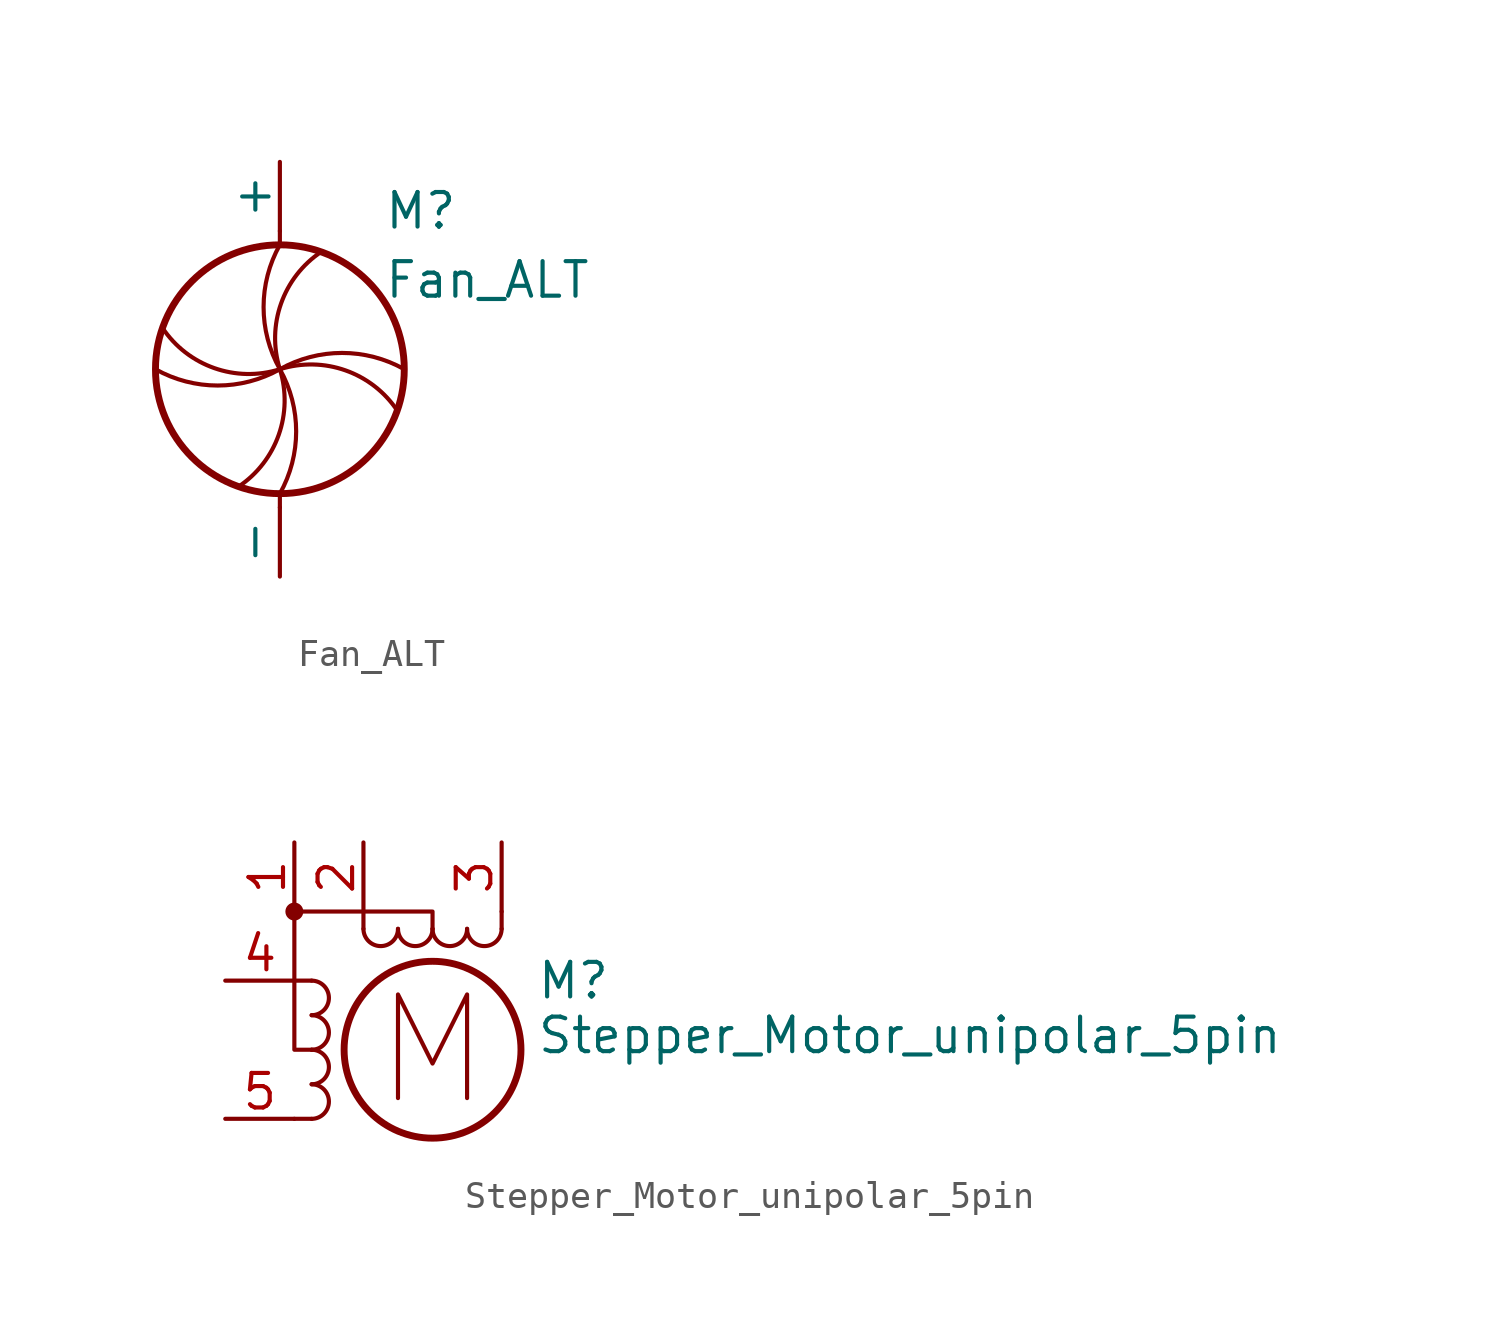
<source format=kicad_sym>
(kicad_symbol_lib
  (version 20201005)
  (generator kicad_symbol_editor)
  (symbol "Fan_ALT"
    (pin_numbers hide)
    (pin_names
      (offset 0))
    (property "Reference" "M"
      (at 3.81 5.08 0)
      (effects (font (size 1.27 1.27)) (justify left bottom)))
    (property "Value" "Fan_ALT"
      (at 3.81 2.54 0)
      (effects (font (size 1.27 1.27)) (justify left bottom)))
    (symbol "Fan_ALT_0_1"
      (arc (start 0 0) (end 0 -4.572) (radius (at -4.064 -2.286) (length 4.6736) (angles 29.4 -29.4)) (stroke (width 0)) (fill (type none)))
      (arc (start 0 0) (end -1.524 -4.318) (radius (at -3.6068 -1.143) (length 3.7846) (angles 17.6 -56.8)) (stroke (width 0)) (fill (type none)))
      (arc (start 0 0) (end -4.572 0) (radius (at -2.286 4.064) (length 4.6736) (angles -60.6 -119.4)) (stroke (width 0)) (fill (type none)))
      (arc (start 0 0) (end -4.318 1.524) (radius (at -1.143 3.6068) (length 3.7846) (angles -72.4 -146.8)) (stroke (width 0)) (fill (type none)))
      (arc (start 0 0) (end 4.318 -1.524) (radius (at 1.143 -3.6068) (length 3.7846) (angles 107.6 33.2)) (stroke (width 0)) (fill (type none)))
      (arc (start 0 0) (end 4.572 0) (radius (at 2.286 -4.064) (length 4.6736) (angles 119.4 60.6)) (stroke (width 0)) (fill (type none)))
      (arc (start 0 0) (end 1.524 4.318) (radius (at 3.6068 1.143) (length 3.7846) (angles -162.4 123.2)) (stroke (width 0)) (fill (type none)))
      (arc (start 0 0) (end 0 4.572) (radius (at 4.064 2.286) (length 4.6736) (angles -150.6 150.6)) (stroke (width 0)) (fill (type none)))
      (circle (center 0 0) (radius 4.572) (stroke (width 0.254)) (fill (type none)))
      (polyline (pts (xy 0 -5.08) (xy 0 -4.572)) (stroke (width 0)) (fill (type none)))
      (polyline (pts (xy 0 4.572) (xy 0 5.08)) (stroke (width 0)) (fill (type none))))
    (symbol "Fan_ALT_1_1"
      (pin passive line (at 0 7.62 270) (length 2.54) (name "+" (effects (font (size 1.27 1.27)))) (number "1" (effects (font (size 1.27 1.27)))))
      (pin passive line (at 0 -7.62 90) (length 2.54) (name "-" (effects (font (size 1.27 1.27)))) (number "2" (effects (font (size 1.27 1.27)))))))
  (symbol "Stepper_Motor_unipolar_5pin"
    (pin_names
      (offset 0) hide)
    (property "Reference" "M"
      (at 3.81 2.54 0)
      (effects (font (size 1.27 1.27)) (justify left)))
    (property "Value" "Stepper_Motor_unipolar_5pin"
      (at 3.81 1.27 0)
      (effects (font (size 1.27 1.27)) (justify left top)))
    (symbol "Stepper_Motor_unipolar_5pin_0_0"
      (polyline (pts (xy -1.27 -1.778) (xy -1.27 2.032) (xy 0 -0.508) (xy 1.27 2.032) (xy 1.27 -1.778)) (stroke (width 0)) (fill (type none))))
    (symbol "Stepper_Motor_unipolar_5pin_0_1"
      (arc (start -4.445 -2.54) (end -4.445 -1.27) (radius (at -4.445 -1.905) (length 0.635) (angles -89.9 89.9)) (stroke (width 0)) (fill (type none)))
      (arc (start -4.445 -1.27) (end -4.445 0) (radius (at -4.445 -0.635) (length 0.635) (angles -89.9 89.9)) (stroke (width 0)) (fill (type none)))
      (arc (start -4.445 0) (end -4.445 1.27) (radius (at -4.445 0.635) (length 0.635) (angles -89.9 89.9)) (stroke (width 0)) (fill (type none)))
      (arc (start -4.445 1.27) (end -4.445 2.54) (radius (at -4.445 1.905) (length 0.635) (angles -89.9 89.9)) (stroke (width 0)) (fill (type none)))
      (arc (start -2.54 4.445) (end -1.27 4.445) (radius (at -1.905 4.445) (length 0.635) (angles -179.9 -0.1)) (stroke (width 0)) (fill (type none)))
      (arc (start -1.27 4.445) (end 0 4.445) (radius (at -0.635 4.445) (length 0.635) (angles -179.9 -0.1)) (stroke (width 0)) (fill (type none)))
      (arc (start 0 4.445) (end 1.27 4.445) (radius (at 0.635 4.445) (length 0.635) (angles -179.9 -0.1)) (stroke (width 0)) (fill (type none)))
      (arc (start 1.27 4.445) (end 2.54 4.445) (radius (at 1.905 4.445) (length 0.635) (angles -179.9 -0.1)) (stroke (width 0)) (fill (type none)))
      (circle (center 0 0) (radius 3.251) (stroke (width 0.254)) (fill (type none)))
      (circle (center -5.08 5.08) (radius 0) (stroke (width 0)) (fill (type outline)))
      (circle (center -5.08 5.08) (radius 0.254) (stroke (width 0)) (fill (type outline)))
      (polyline (pts (xy -5.08 -2.54) (xy -4.445 -2.54)) (stroke (width 0)) (fill (type none)))
      (polyline (pts (xy -5.08 2.54) (xy -4.445 2.54)) (stroke (width 0)) (fill (type none)))
      (polyline (pts (xy -2.54 4.445) (xy -2.54 5.08)) (stroke (width 0)) (fill (type none)))
      (polyline (pts (xy 2.54 4.445) (xy 2.54 5.08)) (stroke (width 0)) (fill (type none)))
      (polyline (pts (xy -5.08 5.08) (xy -5.08 0) (xy -4.445 0)) (stroke (width 0)) (fill (type none)))
      (polyline (pts (xy 0 4.445) (xy 0 5.08) (xy -5.08 5.08)) (stroke (width 0)) (fill (type none))))
    (symbol "Stepper_Motor_unipolar_5pin_1_1"
      (pin passive line (at -5.08 7.62 270) (length 2.54) (name "~" (effects (font (size 1.27 1.27)))) (number "1" (effects (font (size 1.27 1.27)))))
      (pin passive line (at -2.54 7.62 270) (length 2.54) (name "~" (effects (font (size 1.27 1.27)))) (number "2" (effects (font (size 1.27 1.27)))))
      (pin passive line (at 2.54 7.62 270) (length 2.54) (name "-" (effects (font (size 1.27 1.27)))) (number "3" (effects (font (size 1.27 1.27)))))
      (pin passive line (at -7.62 2.54 0) (length 2.54) (name "~" (effects (font (size 1.27 1.27)))) (number "4" (effects (font (size 1.27 1.27)))))
      (pin passive line (at -7.62 -2.54 0) (length 2.54) (name "~" (effects (font (size 1.27 1.27)))) (number "5" (effects (font (size 1.27 1.27))))))))
</source>
